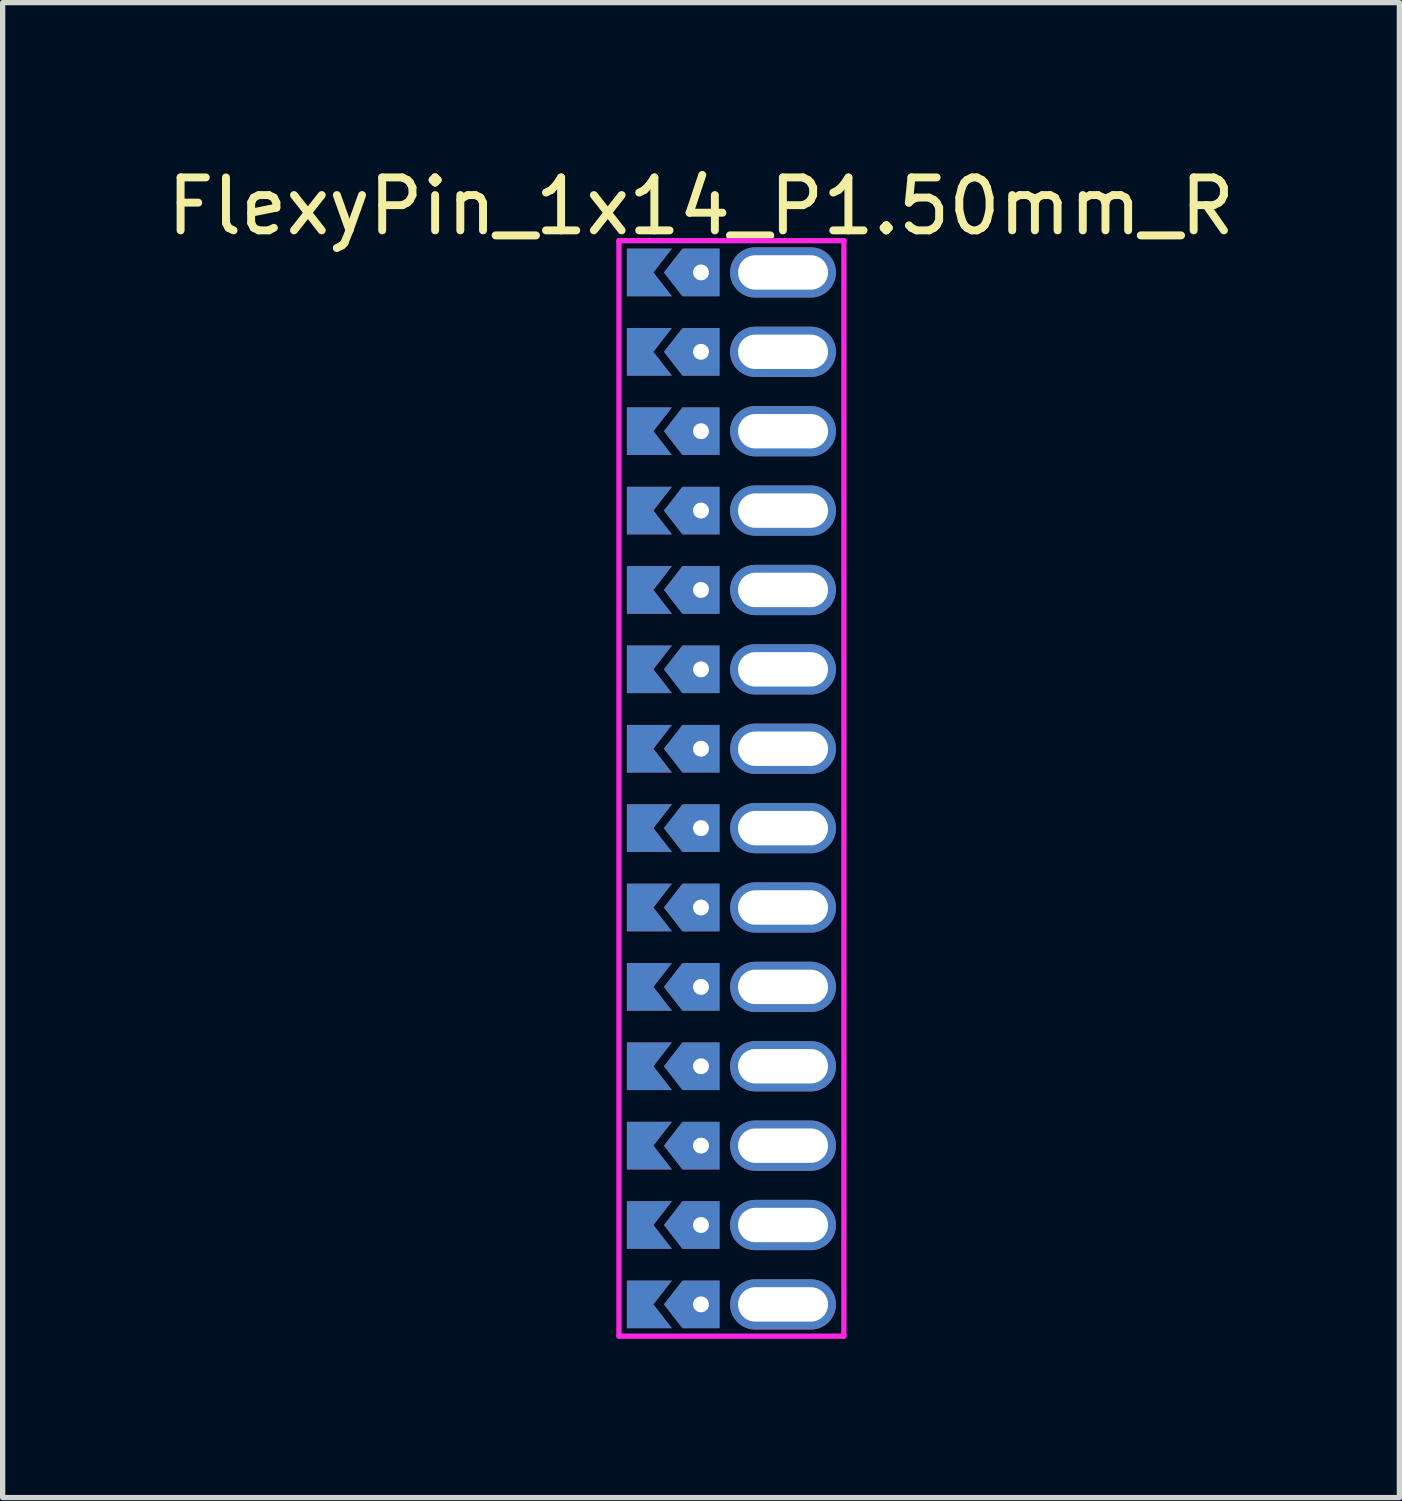
<source format=kicad_pcb>
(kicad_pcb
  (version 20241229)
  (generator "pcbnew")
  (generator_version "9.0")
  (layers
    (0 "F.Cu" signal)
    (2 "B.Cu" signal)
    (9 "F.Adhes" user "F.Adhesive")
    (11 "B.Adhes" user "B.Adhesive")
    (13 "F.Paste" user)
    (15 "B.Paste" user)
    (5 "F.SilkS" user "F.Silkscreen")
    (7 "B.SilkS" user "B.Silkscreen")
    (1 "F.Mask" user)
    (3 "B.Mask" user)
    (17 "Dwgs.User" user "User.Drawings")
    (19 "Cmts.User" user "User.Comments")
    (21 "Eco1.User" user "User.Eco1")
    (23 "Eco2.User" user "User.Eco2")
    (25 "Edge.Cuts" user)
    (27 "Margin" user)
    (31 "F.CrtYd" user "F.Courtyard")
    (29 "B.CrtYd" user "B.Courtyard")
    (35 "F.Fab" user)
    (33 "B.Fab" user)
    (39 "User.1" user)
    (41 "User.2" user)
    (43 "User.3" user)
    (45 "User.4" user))
  (footprint "FlexyPin_1x14_P1.50mm_R"
    (layer "F.Cu")
    (at 10.196 2.098)
    (property "Reference" "FlexyPin_1x14_P1.50mm_R" (at 0 -1.25 0) (layer "F.SilkS") (effects (font (size 1 1) (thickness 0.15))))
    (attr through_hole)
    (fp_line (start -1.55 -0.6) (end 2.7 -0.6) (stroke (width 0.1) (type solid)) (layer "F.CrtYd"))
    (fp_line (start -1.55 20.1) (end -1.55 -0.6) (stroke (width 0.1) (type solid)) (layer "F.CrtYd"))
    (fp_line (start 2.7 -0.6) (end 2.7 20.1) (stroke (width 0.1) (type solid)) (layer "F.CrtYd"))
    (fp_line (start 2.7 20.1) (end -1.55 20.1) (stroke (width 0.1) (type solid)) (layer "F.CrtYd"))
    (pad "" thru_hole custom (at 0 0) (size 0.3 0.3) (drill 0.6) (layers "*.Cu" "*.Mask") (options (anchor rect)) (primitives (gr_poly (pts (xy 0.35 0.45) (xy 0.35 -0.45) (xy -0.35 -0.45) (xy -0.7 0) (xy -0.35 0.45)) (width 0) (fill yes))))
    (pad "" thru_hole custom (at 0 1.5) (size 0.3 0.3) (drill 0.6) (layers "*.Cu" "*.Mask") (options (anchor rect)) (primitives (gr_poly (pts (xy 0.35 0.45) (xy 0.35 -0.45) (xy -0.35 -0.45) (xy -0.7 0) (xy -0.35 0.45)) (width 0) (fill yes))))
    (pad "" thru_hole custom (at 0 3) (size 0.3 0.3) (drill 0.6) (layers "*.Cu" "*.Mask") (options (anchor rect)) (primitives (gr_poly (pts (xy 0.35 0.45) (xy 0.35 -0.45) (xy -0.35 -0.45) (xy -0.7 0) (xy -0.35 0.45)) (width 0) (fill yes))))
    (pad "" thru_hole custom (at 0 4.5) (size 0.3 0.3) (drill 0.6) (layers "*.Cu" "*.Mask") (options (anchor rect)) (primitives (gr_poly (pts (xy 0.35 0.45) (xy 0.35 -0.45) (xy -0.35 -0.45) (xy -0.7 0) (xy -0.35 0.45)) (width 0) (fill yes))))
    (pad "" thru_hole custom (at 0 6) (size 0.3 0.3) (drill 0.6) (layers "*.Cu" "*.Mask") (options (anchor rect)) (primitives (gr_poly (pts (xy 0.35 0.45) (xy 0.35 -0.45) (xy -0.35 -0.45) (xy -0.7 0) (xy -0.35 0.45)) (width 0) (fill yes))))
    (pad "" thru_hole custom (at 0 7.5) (size 0.3 0.3) (drill 0.6) (layers "*.Cu" "*.Mask") (options (anchor rect)) (primitives (gr_poly (pts (xy 0.35 0.45) (xy 0.35 -0.45) (xy -0.35 -0.45) (xy -0.7 0) (xy -0.35 0.45)) (width 0) (fill yes))))
    (pad "" thru_hole custom (at 0 9) (size 0.3 0.3) (drill 0.6) (layers "*.Cu" "*.Mask") (options (anchor rect)) (primitives (gr_poly (pts (xy 0.35 0.45) (xy 0.35 -0.45) (xy -0.35 -0.45) (xy -0.7 0) (xy -0.35 0.45)) (width 0) (fill yes))))
    (pad "" thru_hole custom (at 0 10.5) (size 0.3 0.3) (drill 0.6) (layers "*.Cu" "*.Mask") (options (anchor rect)) (primitives (gr_poly (pts (xy 0.35 0.45) (xy 0.35 -0.45) (xy -0.35 -0.45) (xy -0.7 0) (xy -0.35 0.45)) (width 0) (fill yes))))
    (pad "" thru_hole custom (at 0 12) (size 0.3 0.3) (drill 0.6) (layers "*.Cu" "*.Mask") (options (anchor rect)) (primitives (gr_poly (pts (xy 0.35 0.45) (xy 0.35 -0.45) (xy -0.35 -0.45) (xy -0.7 0) (xy -0.35 0.45)) (width 0) (fill yes))))
    (pad "" thru_hole custom (at 0 13.5) (size 0.3 0.3) (drill 0.6) (layers "*.Cu" "*.Mask") (options (anchor rect)) (primitives (gr_poly (pts (xy 0.35 0.45) (xy 0.35 -0.45) (xy -0.35 -0.45) (xy -0.7 0) (xy -0.35 0.45)) (width 0) (fill yes))))
    (pad "" thru_hole custom (at 0 15) (size 0.3 0.3) (drill 0.6) (layers "*.Cu" "*.Mask") (options (anchor rect)) (primitives (gr_poly (pts (xy 0.35 0.45) (xy 0.35 -0.45) (xy -0.35 -0.45) (xy -0.7 0) (xy -0.35 0.45)) (width 0) (fill yes))))
    (pad "" thru_hole custom (at 0 16.5) (size 0.3 0.3) (drill 0.6) (layers "*.Cu" "*.Mask") (options (anchor rect)) (primitives (gr_poly (pts (xy 0.35 0.45) (xy 0.35 -0.45) (xy -0.35 -0.45) (xy -0.7 0) (xy -0.35 0.45)) (width 0) (fill yes))))
    (pad "" thru_hole custom (at 0 18) (size 0.3 0.3) (drill 0.6) (layers "*.Cu" "*.Mask") (options (anchor rect)) (primitives (gr_poly (pts (xy 0.35 0.45) (xy 0.35 -0.45) (xy -0.35 -0.45) (xy -0.7 0) (xy -0.35 0.45)) (width 0) (fill yes))))
    (pad "" thru_hole custom (at 0 19.5) (size 0.3 0.3) (drill 0.6) (layers "*.Cu" "*.Mask") (options (anchor rect)) (primitives (gr_poly (pts (xy 0.35 0.45) (xy 0.35 -0.45) (xy -0.35 -0.45) (xy -0.7 0) (xy -0.35 0.45)) (width 0) (fill yes))))
    (pad "" thru_hole oval (at 1.55 0) (size 2 0.95) (drill oval 1.7 0.65) (layers "*.Cu" "*.Mask"))
    (pad "" thru_hole oval (at 1.55 1.5) (size 2 0.95) (drill oval 1.7 0.65) (layers "*.Cu" "*.Mask"))
    (pad "" thru_hole oval (at 1.55 3) (size 2 0.95) (drill oval 1.7 0.65) (layers "*.Cu" "*.Mask"))
    (pad "" thru_hole oval (at 1.55 4.5) (size 2 0.95) (drill oval 1.7 0.65) (layers "*.Cu" "*.Mask"))
    (pad "" thru_hole oval (at 1.55 6) (size 2 0.95) (drill oval 1.7 0.65) (layers "*.Cu" "*.Mask"))
    (pad "" thru_hole oval (at 1.55 7.5) (size 2 0.95) (drill oval 1.7 0.65) (layers "*.Cu" "*.Mask"))
    (pad "" thru_hole oval (at 1.55 9) (size 2 0.95) (drill oval 1.7 0.65) (layers "*.Cu" "*.Mask"))
    (pad "" thru_hole oval (at 1.55 10.5) (size 2 0.95) (drill oval 1.7 0.65) (layers "*.Cu" "*.Mask"))
    (pad "" thru_hole oval (at 1.55 12) (size 2 0.95) (drill oval 1.7 0.65) (layers "*.Cu" "*.Mask"))
    (pad "" thru_hole oval (at 1.55 13.5) (size 2 0.95) (drill oval 1.7 0.65) (layers "*.Cu" "*.Mask"))
    (pad "" thru_hole oval (at 1.55 15) (size 2 0.95) (drill oval 1.7 0.65) (layers "*.Cu" "*.Mask"))
    (pad "" thru_hole oval (at 1.55 16.5) (size 2 0.95) (drill oval 1.7 0.65) (layers "*.Cu" "*.Mask"))
    (pad "" thru_hole oval (at 1.55 18) (size 2 0.95) (drill oval 1.7 0.65) (layers "*.Cu" "*.Mask"))
    (pad "" thru_hole oval (at 1.55 19.5) (size 2 0.95) (drill oval 1.7 0.65) (layers "*.Cu" "*.Mask"))
    (pad "1" smd custom (at -0.9 0) (size 0.01 0.01) (layers "F.Cu" "F.Mask") (options (anchor rect)) (primitives (gr_poly (pts (xy 0 0) (xy 0.35 0.45) (xy -0.5 0.45) (xy -0.5 -0.45) (xy 0.35 -0.45)) (width 0) (fill yes))))
    (pad "1" smd custom (at -0.9 1.5) (size 0.01 0.01) (layers "F.Cu" "F.Mask") (options (anchor rect)) (primitives (gr_poly (pts (xy 0 0) (xy 0.35 0.45) (xy -0.5 0.45) (xy -0.5 -0.45) (xy 0.35 -0.45)) (width 0) (fill yes))))
    (pad "1" smd custom (at -0.9 3) (size 0.01 0.01) (layers "F.Cu" "F.Mask") (options (anchor rect)) (primitives (gr_poly (pts (xy 0 0) (xy 0.35 0.45) (xy -0.5 0.45) (xy -0.5 -0.45) (xy 0.35 -0.45)) (width 0) (fill yes))))
    (pad "1" smd custom (at -0.9 4.5) (size 0.01 0.01) (layers "F.Cu" "F.Mask") (options (anchor rect)) (primitives (gr_poly (pts (xy 0 0) (xy 0.35 0.45) (xy -0.5 0.45) (xy -0.5 -0.45) (xy 0.35 -0.45)) (width 0) (fill yes))))
    (pad "1" smd custom (at -0.9 6) (size 0.01 0.01) (layers "F.Cu" "F.Mask") (options (anchor rect)) (primitives (gr_poly (pts (xy 0 0) (xy 0.35 0.45) (xy -0.5 0.45) (xy -0.5 -0.45) (xy 0.35 -0.45)) (width 0) (fill yes))))
    (pad "1" smd custom (at -0.9 7.5) (size 0.01 0.01) (layers "F.Cu" "F.Mask") (options (anchor rect)) (primitives (gr_poly (pts (xy 0 0) (xy 0.35 0.45) (xy -0.5 0.45) (xy -0.5 -0.45) (xy 0.35 -0.45)) (width 0) (fill yes))))
    (pad "1" smd custom (at -0.9 9) (size 0.01 0.01) (layers "F.Cu" "F.Mask") (options (anchor rect)) (primitives (gr_poly (pts (xy 0 0) (xy 0.35 0.45) (xy -0.5 0.45) (xy -0.5 -0.45) (xy 0.35 -0.45)) (width 0) (fill yes))))
    (pad "1" smd custom (at -0.9 10.5) (size 0.01 0.01) (layers "F.Cu" "F.Mask") (options (anchor rect)) (primitives (gr_poly (pts (xy 0 0) (xy 0.35 0.45) (xy -0.5 0.45) (xy -0.5 -0.45) (xy 0.35 -0.45)) (width 0) (fill yes))))
    (pad "1" smd custom (at -0.9 12) (size 0.01 0.01) (layers "F.Cu" "F.Mask") (options (anchor rect)) (primitives (gr_poly (pts (xy 0 0) (xy 0.35 0.45) (xy -0.5 0.45) (xy -0.5 -0.45) (xy 0.35 -0.45)) (width 0) (fill yes))))
    (pad "1" smd custom (at -0.9 13.5) (size 0.01 0.01) (layers "F.Cu" "F.Mask") (options (anchor rect)) (primitives (gr_poly (pts (xy 0 0) (xy 0.35 0.45) (xy -0.5 0.45) (xy -0.5 -0.45) (xy 0.35 -0.45)) (width 0) (fill yes))))
    (pad "1" smd custom (at -0.9 15) (size 0.01 0.01) (layers "F.Cu" "F.Mask") (options (anchor rect)) (primitives (gr_poly (pts (xy 0 0) (xy 0.35 0.45) (xy -0.5 0.45) (xy -0.5 -0.45) (xy 0.35 -0.45)) (width 0) (fill yes))))
    (pad "1" smd custom (at -0.9 16.5) (size 0.01 0.01) (layers "F.Cu" "F.Mask") (options (anchor rect)) (primitives (gr_poly (pts (xy 0 0) (xy 0.35 0.45) (xy -0.5 0.45) (xy -0.5 -0.45) (xy 0.35 -0.45)) (width 0) (fill yes))))
    (pad "1" smd custom (at -0.9 18) (size 0.01 0.01) (layers "F.Cu" "F.Mask") (options (anchor rect)) (primitives (gr_poly (pts (xy 0 0) (xy 0.35 0.45) (xy -0.5 0.45) (xy -0.5 -0.45) (xy 0.35 -0.45)) (width 0) (fill yes))))
    (pad "1" smd custom (at -0.9 19.5) (size 0.01 0.01) (layers "F.Cu" "F.Mask") (options (anchor rect)) (primitives (gr_poly (pts (xy 0 0) (xy 0.35 0.45) (xy -0.5 0.45) (xy -0.5 -0.45) (xy 0.35 -0.45)) (width 0) (fill yes))))
    (pad "2" smd custom (at -0.9 0) (size 0.01 0.01) (layers "B.Cu" "B.Mask") (options (anchor rect)) (primitives (gr_poly (pts (xy 0 0) (xy 0.35 0.45) (xy -0.5 0.45) (xy -0.5 -0.45) (xy 0.35 -0.45)) (width 0) (fill yes))))
    (pad "2" smd custom (at -0.9 1.5) (size 0.01 0.01) (layers "B.Cu" "B.Mask") (options (anchor rect)) (primitives (gr_poly (pts (xy 0 0) (xy 0.35 0.45) (xy -0.5 0.45) (xy -0.5 -0.45) (xy 0.35 -0.45)) (width 0) (fill yes))))
    (pad "2" smd custom (at -0.9 3) (size 0.01 0.01) (layers "B.Cu" "B.Mask") (options (anchor rect)) (primitives (gr_poly (pts (xy 0 0) (xy 0.35 0.45) (xy -0.5 0.45) (xy -0.5 -0.45) (xy 0.35 -0.45)) (width 0) (fill yes))))
    (pad "2" smd custom (at -0.9 4.5) (size 0.01 0.01) (layers "B.Cu" "B.Mask") (options (anchor rect)) (primitives (gr_poly (pts (xy 0 0) (xy 0.35 0.45) (xy -0.5 0.45) (xy -0.5 -0.45) (xy 0.35 -0.45)) (width 0) (fill yes))))
    (pad "2" smd custom (at -0.9 6) (size 0.01 0.01) (layers "B.Cu" "B.Mask") (options (anchor rect)) (primitives (gr_poly (pts (xy 0 0) (xy 0.35 0.45) (xy -0.5 0.45) (xy -0.5 -0.45) (xy 0.35 -0.45)) (width 0) (fill yes))))
    (pad "2" smd custom (at -0.9 7.5) (size 0.01 0.01) (layers "B.Cu" "B.Mask") (options (anchor rect)) (primitives (gr_poly (pts (xy 0 0) (xy 0.35 0.45) (xy -0.5 0.45) (xy -0.5 -0.45) (xy 0.35 -0.45)) (width 0) (fill yes))))
    (pad "2" smd custom (at -0.9 9) (size 0.01 0.01) (layers "B.Cu" "B.Mask") (options (anchor rect)) (primitives (gr_poly (pts (xy 0 0) (xy 0.35 0.45) (xy -0.5 0.45) (xy -0.5 -0.45) (xy 0.35 -0.45)) (width 0) (fill yes))))
    (pad "2" smd custom (at -0.9 10.5) (size 0.01 0.01) (layers "B.Cu" "B.Mask") (options (anchor rect)) (primitives (gr_poly (pts (xy 0 0) (xy 0.35 0.45) (xy -0.5 0.45) (xy -0.5 -0.45) (xy 0.35 -0.45)) (width 0) (fill yes))))
    (pad "2" smd custom (at -0.9 12) (size 0.01 0.01) (layers "B.Cu" "B.Mask") (options (anchor rect)) (primitives (gr_poly (pts (xy 0 0) (xy 0.35 0.45) (xy -0.5 0.45) (xy -0.5 -0.45) (xy 0.35 -0.45)) (width 0) (fill yes))))
    (pad "2" smd custom (at -0.9 13.5) (size 0.01 0.01) (layers "B.Cu" "B.Mask") (options (anchor rect)) (primitives (gr_poly (pts (xy 0 0) (xy 0.35 0.45) (xy -0.5 0.45) (xy -0.5 -0.45) (xy 0.35 -0.45)) (width 0) (fill yes))))
    (pad "2" smd custom (at -0.9 15) (size 0.01 0.01) (layers "B.Cu" "B.Mask") (options (anchor rect)) (primitives (gr_poly (pts (xy 0 0) (xy 0.35 0.45) (xy -0.5 0.45) (xy -0.5 -0.45) (xy 0.35 -0.45)) (width 0) (fill yes))))
    (pad "2" smd custom (at -0.9 16.5) (size 0.01 0.01) (layers "B.Cu" "B.Mask") (options (anchor rect)) (primitives (gr_poly (pts (xy 0 0) (xy 0.35 0.45) (xy -0.5 0.45) (xy -0.5 -0.45) (xy 0.35 -0.45)) (width 0) (fill yes))))
    (pad "2" smd custom (at -0.9 18) (size 0.01 0.01) (layers "B.Cu" "B.Mask") (options (anchor rect)) (primitives (gr_poly (pts (xy 0 0) (xy 0.35 0.45) (xy -0.5 0.45) (xy -0.5 -0.45) (xy 0.35 -0.45)) (width 0) (fill yes))))
    (pad "2" smd custom (at -0.9 19.5) (size 0.01 0.01) (layers "B.Cu" "B.Mask") (options (anchor rect)) (primitives (gr_poly (pts (xy 0 0) (xy 0.35 0.45) (xy -0.5 0.45) (xy -0.5 -0.45) (xy 0.35 -0.45)) (width 0) (fill yes)))))
  (gr_rect
    (start -3 -3)
    (end 23.393 25.248)
    (stroke (width 0.1) (type default))
    (fill no)
    (layer "Edge.Cuts")))
</source>
